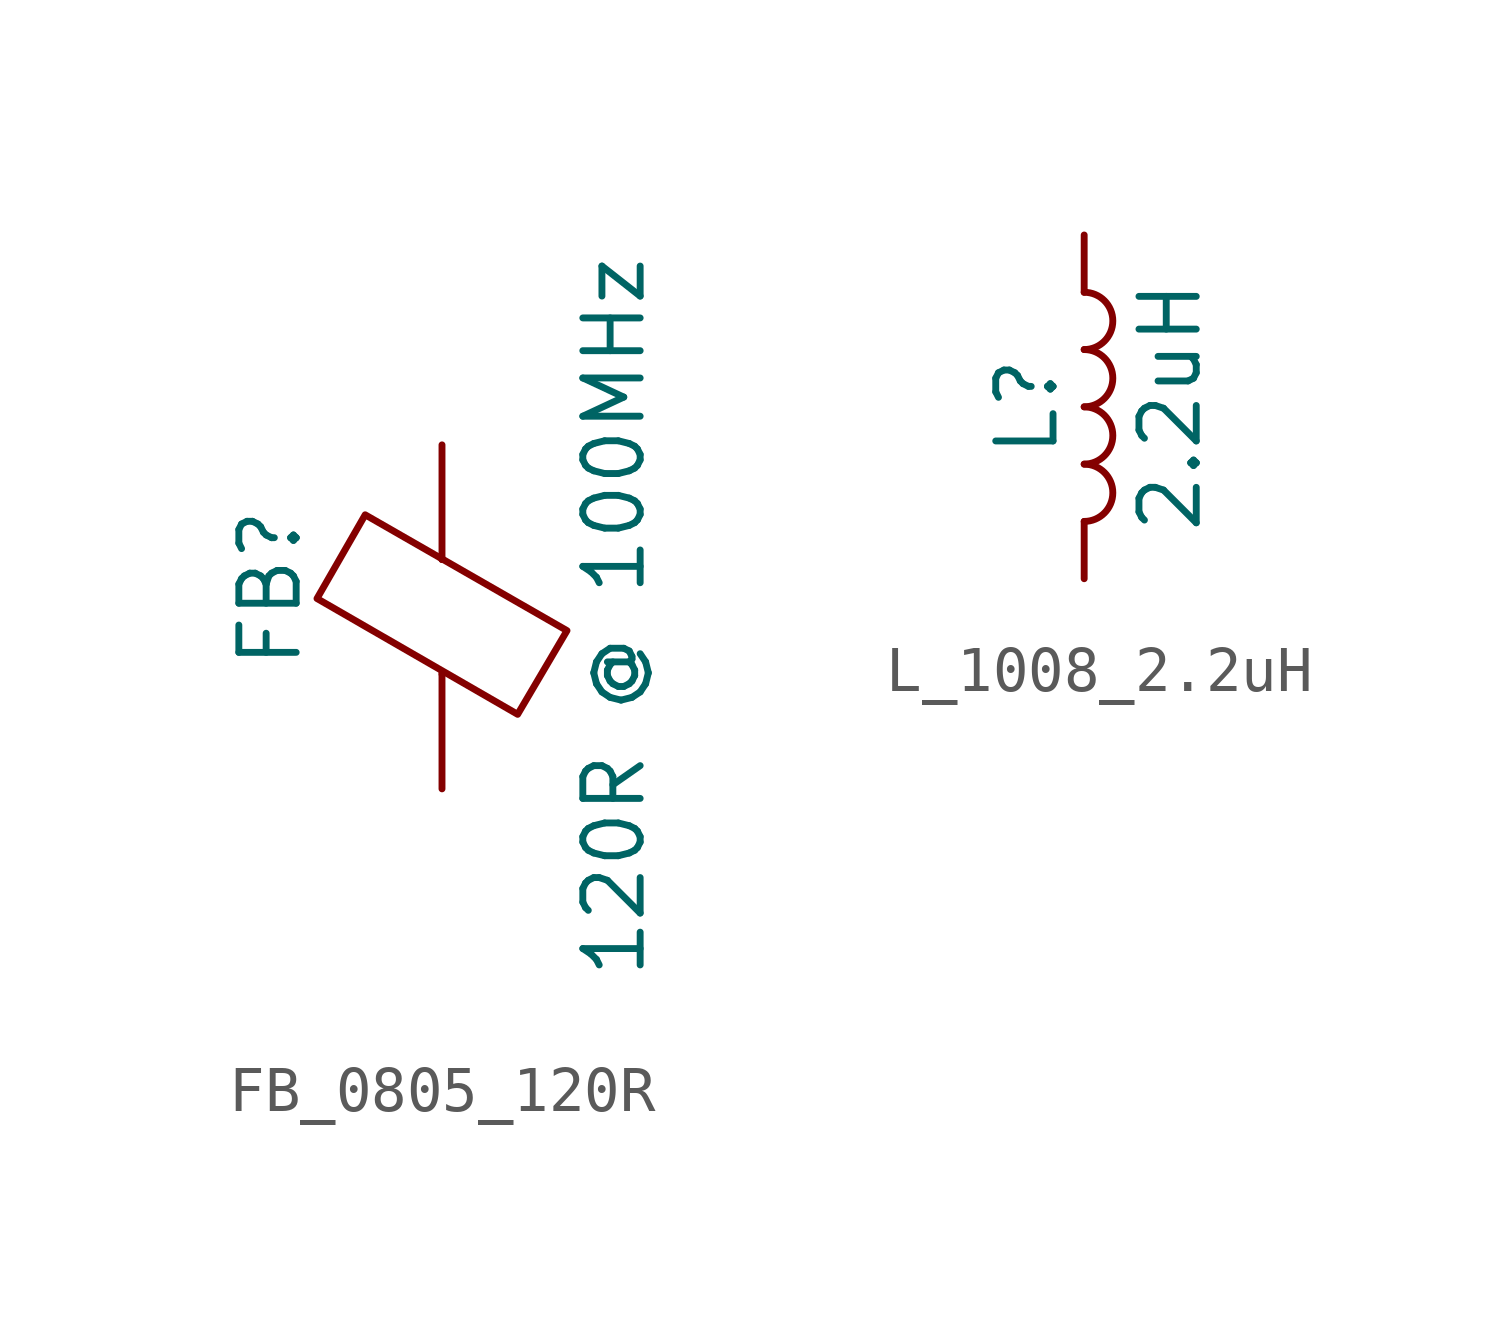
<source format=kicad_sym>
(kicad_symbol_lib
  (version 20241209)
  (generator "kicad_symbol_editor")
  (generator_version "9.0")
  (symbol "FB_0805_120R"
    (pin_numbers
      (hide yes))
    (pin_names
      (offset 0))
    (property "Reference" "FB"
      (at -3.81 0.635 90)
      (effects (font (size 1.27 1.27))))
    (property "Value" "120R @ 100MHz"
      (at 3.81 0 90)
      (effects (font (size 1.27 1.27))))
    (symbol "FB_0805_120R_0_1"
      (polyline (pts (xy -2.769 0.406) (xy -1.702 2.261) (xy 2.769 -0.305) (xy 1.676 -2.159) (xy -2.769 0.406)) (stroke (width 0) (type default)) (fill (type none)))
      (polyline (pts (xy 0 1.27) (xy 0 1.295)) (stroke (width 0) (type default)) (fill (type none)))
      (polyline (pts (xy 0 -1.27) (xy 0 -1.219)) (stroke (width 0) (type default)) (fill (type none))))
    (symbol "FB_0805_120R_1_1"
      (pin passive line (at 0 3.81 270) (length 2.54) (name "~" (effects (font (size 1.27 1.27)))) (number "1" (effects (font (size 1.27 1.27)))))
      (pin passive line (at 0 -3.81 90) (length 2.54) (name "~" (effects (font (size 1.27 1.27)))) (number "2" (effects (font (size 1.27 1.27)))))))
  (symbol "L_1008_2.2uH"
    (pin_numbers
      (hide yes))
    (pin_names
      (offset 1.016)
      (hide yes))
    (property "Reference" "L"
      (at -1.27 0 90)
      (effects (font (size 1.27 1.27))))
    (property "Value" "2.2uH"
      (at 1.905 0 90)
      (effects (font (size 1.27 1.27))))
    (symbol "L_1008_2.2uH_0_1"
      (arc (start 0 2.54) (mid 0.6323 1.905) (end 0 1.27) (stroke (width 0) (type default)) (fill (type none)))
      (arc (start 0 1.27) (mid 0.6323 0.635) (end 0 0) (stroke (width 0) (type default)) (fill (type none)))
      (arc (start 0 0) (mid 0.6323 -0.635) (end 0 -1.27) (stroke (width 0) (type default)) (fill (type none)))
      (arc (start 0 -1.27) (mid 0.6323 -1.905) (end 0 -2.54) (stroke (width 0) (type default)) (fill (type none))))
    (symbol "L_1008_2.2uH_1_1"
      (pin passive line (at 0 3.81 270) (length 1.27) (name "1" (effects (font (size 1.27 1.27)))) (number "1" (effects (font (size 1.27 1.27)))))
      (pin passive line (at 0 -3.81 90) (length 1.27) (name "2" (effects (font (size 1.27 1.27)))) (number "2" (effects (font (size 1.27 1.27))))))))
</source>
